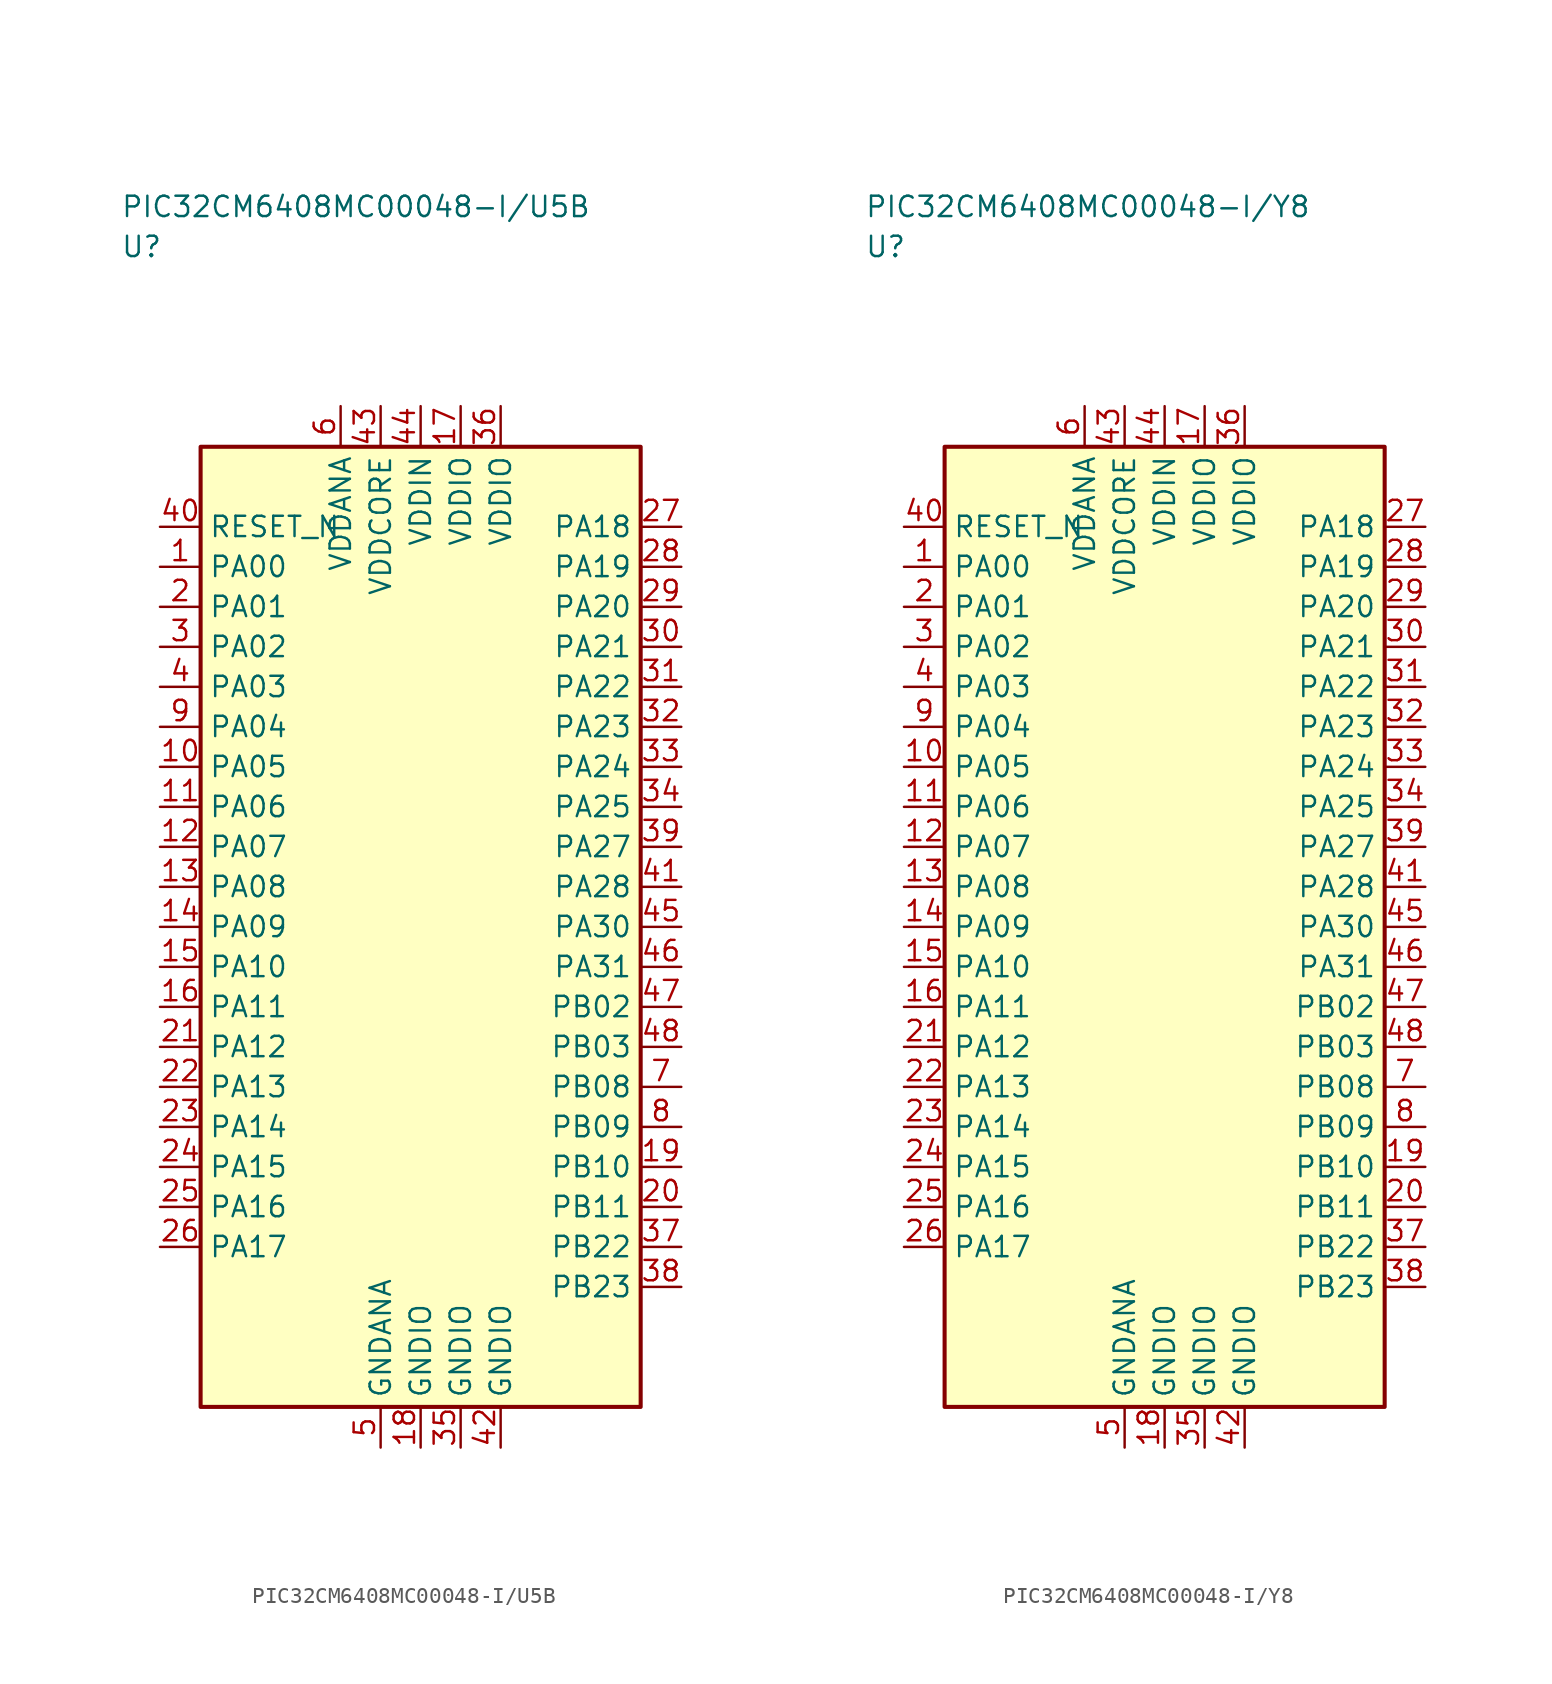
<source format=kicad_sym>
(kicad_symbol_lib
  (version 20241025)
  (generator "kicad_symbol_editor")
  (generator_version "8.0")
  (symbol "PIC32CM6408MC00048-I/U5B"
    (property "Reference" "U"
      (at -18.75 42.5 0)
      (effects (font (size 1.27 1.27)) (justify left)))
    (property "Value" "PIC32CM6408MC00048-I/U5B"
      (at -18.75 45.0 0)
      (effects (font (size 1.27 1.27)) (justify left)))
    (symbol "PIC32CM6408MC00048-I/U5B_0_1"
      (rectangle (start -13.75 30.0) (end 13.75 -30.0) (stroke (width 0.254) (type default)) (fill (type background))))
    (symbol "PIC32CM6408MC00048-I/U5B_1_1"
      (pin bidirectional line (at -16.29 22.5 0.0) (length 2.54) (name "PA00" (effects (font (size 1.27 1.27)))) (number "1" (effects (font (size 1.27 1.27)))))
      (pin bidirectional line (at -16.29 20.0 0.0) (length 2.54) (name "PA01" (effects (font (size 1.27 1.27)))) (number "2" (effects (font (size 1.27 1.27)))))
      (pin bidirectional line (at -16.29 17.5 0.0) (length 2.54) (name "PA02" (effects (font (size 1.27 1.27)))) (number "3" (effects (font (size 1.27 1.27)))))
      (pin bidirectional line (at -16.29 15.0 0.0) (length 2.54) (name "PA03" (effects (font (size 1.27 1.27)))) (number "4" (effects (font (size 1.27 1.27)))))
      (pin passive line (at -2.5 -32.54 90.0) (length 2.54) (name "GNDANA" (effects (font (size 1.27 1.27)))) (number "5" (effects (font (size 1.27 1.27)))))
      (pin power_in line (at -5.0 32.54 270.0) (length 2.54) (name "VDDANA" (effects (font (size 1.27 1.27)))) (number "6" (effects (font (size 1.27 1.27)))))
      (pin bidirectional line (at 16.29 -10.0 180.0) (length 2.54) (name "PB08" (effects (font (size 1.27 1.27)))) (number "7" (effects (font (size 1.27 1.27)))))
      (pin bidirectional line (at 16.29 -12.5 180.0) (length 2.54) (name "PB09" (effects (font (size 1.27 1.27)))) (number "8" (effects (font (size 1.27 1.27)))))
      (pin bidirectional line (at -16.29 12.5 0.0) (length 2.54) (name "PA04" (effects (font (size 1.27 1.27)))) (number "9" (effects (font (size 1.27 1.27)))))
      (pin bidirectional line (at -16.29 10.0 0.0) (length 2.54) (name "PA05" (effects (font (size 1.27 1.27)))) (number "10" (effects (font (size 1.27 1.27)))))
      (pin bidirectional line (at -16.29 7.5 0.0) (length 2.54) (name "PA06" (effects (font (size 1.27 1.27)))) (number "11" (effects (font (size 1.27 1.27)))))
      (pin bidirectional line (at -16.29 5.0 0.0) (length 2.54) (name "PA07" (effects (font (size 1.27 1.27)))) (number "12" (effects (font (size 1.27 1.27)))))
      (pin bidirectional line (at -16.29 2.5 0.0) (length 2.54) (name "PA08" (effects (font (size 1.27 1.27)))) (number "13" (effects (font (size 1.27 1.27)))))
      (pin bidirectional line (at -16.29 0.0 0.0) (length 2.54) (name "PA09" (effects (font (size 1.27 1.27)))) (number "14" (effects (font (size 1.27 1.27)))))
      (pin bidirectional line (at -16.29 -2.5 0.0) (length 2.54) (name "PA10" (effects (font (size 1.27 1.27)))) (number "15" (effects (font (size 1.27 1.27)))))
      (pin bidirectional line (at -16.29 -5.0 0.0) (length 2.54) (name "PA11" (effects (font (size 1.27 1.27)))) (number "16" (effects (font (size 1.27 1.27)))))
      (pin power_in line (at 2.5 32.54 270.0) (length 2.54) (name "VDDIO" (effects (font (size 1.27 1.27)))) (number "17" (effects (font (size 1.27 1.27)))))
      (pin passive line (at 0.0 -32.54 90.0) (length 2.54) (name "GNDIO" (effects (font (size 1.27 1.27)))) (number "18" (effects (font (size 1.27 1.27)))))
      (pin bidirectional line (at 16.29 -15.0 180.0) (length 2.54) (name "PB10" (effects (font (size 1.27 1.27)))) (number "19" (effects (font (size 1.27 1.27)))))
      (pin bidirectional line (at 16.29 -17.5 180.0) (length 2.54) (name "PB11" (effects (font (size 1.27 1.27)))) (number "20" (effects (font (size 1.27 1.27)))))
      (pin bidirectional line (at -16.29 -7.5 0.0) (length 2.54) (name "PA12" (effects (font (size 1.27 1.27)))) (number "21" (effects (font (size 1.27 1.27)))))
      (pin bidirectional line (at -16.29 -10.0 0.0) (length 2.54) (name "PA13" (effects (font (size 1.27 1.27)))) (number "22" (effects (font (size 1.27 1.27)))))
      (pin bidirectional line (at -16.29 -12.5 0.0) (length 2.54) (name "PA14" (effects (font (size 1.27 1.27)))) (number "23" (effects (font (size 1.27 1.27)))))
      (pin bidirectional line (at -16.29 -15.0 0.0) (length 2.54) (name "PA15" (effects (font (size 1.27 1.27)))) (number "24" (effects (font (size 1.27 1.27)))))
      (pin bidirectional line (at -16.29 -17.5 0.0) (length 2.54) (name "PA16" (effects (font (size 1.27 1.27)))) (number "25" (effects (font (size 1.27 1.27)))))
      (pin bidirectional line (at -16.29 -20.0 0.0) (length 2.54) (name "PA17" (effects (font (size 1.27 1.27)))) (number "26" (effects (font (size 1.27 1.27)))))
      (pin bidirectional line (at 16.29 25.0 180.0) (length 2.54) (name "PA18" (effects (font (size 1.27 1.27)))) (number "27" (effects (font (size 1.27 1.27)))))
      (pin bidirectional line (at 16.29 22.5 180.0) (length 2.54) (name "PA19" (effects (font (size 1.27 1.27)))) (number "28" (effects (font (size 1.27 1.27)))))
      (pin bidirectional line (at 16.29 20.0 180.0) (length 2.54) (name "PA20" (effects (font (size 1.27 1.27)))) (number "29" (effects (font (size 1.27 1.27)))))
      (pin bidirectional line (at 16.29 17.5 180.0) (length 2.54) (name "PA21" (effects (font (size 1.27 1.27)))) (number "30" (effects (font (size 1.27 1.27)))))
      (pin bidirectional line (at 16.29 15.0 180.0) (length 2.54) (name "PA22" (effects (font (size 1.27 1.27)))) (number "31" (effects (font (size 1.27 1.27)))))
      (pin bidirectional line (at 16.29 12.5 180.0) (length 2.54) (name "PA23" (effects (font (size 1.27 1.27)))) (number "32" (effects (font (size 1.27 1.27)))))
      (pin bidirectional line (at 16.29 10.0 180.0) (length 2.54) (name "PA24" (effects (font (size 1.27 1.27)))) (number "33" (effects (font (size 1.27 1.27)))))
      (pin bidirectional line (at 16.29 7.5 180.0) (length 2.54) (name "PA25" (effects (font (size 1.27 1.27)))) (number "34" (effects (font (size 1.27 1.27)))))
      (pin passive line (at 2.5 -32.54 90.0) (length 2.54) (name "GNDIO" (effects (font (size 1.27 1.27)))) (number "35" (effects (font (size 1.27 1.27)))))
      (pin power_in line (at 5.0 32.54 270.0) (length 2.54) (name "VDDIO" (effects (font (size 1.27 1.27)))) (number "36" (effects (font (size 1.27 1.27)))))
      (pin bidirectional line (at 16.29 -20.0 180.0) (length 2.54) (name "PB22" (effects (font (size 1.27 1.27)))) (number "37" (effects (font (size 1.27 1.27)))))
      (pin bidirectional line (at 16.29 -22.5 180.0) (length 2.54) (name "PB23" (effects (font (size 1.27 1.27)))) (number "38" (effects (font (size 1.27 1.27)))))
      (pin bidirectional line (at 16.29 5.0 180.0) (length 2.54) (name "PA27" (effects (font (size 1.27 1.27)))) (number "39" (effects (font (size 1.27 1.27)))))
      (pin input line (at -16.29 25.0 0.0) (length 2.54) (name "RESET_N" (effects (font (size 1.27 1.27)))) (number "40" (effects (font (size 1.27 1.27)))))
      (pin bidirectional line (at 16.29 2.5 180.0) (length 2.54) (name "PA28" (effects (font (size 1.27 1.27)))) (number "41" (effects (font (size 1.27 1.27)))))
      (pin passive line (at 5.0 -32.54 90.0) (length 2.54) (name "GNDIO" (effects (font (size 1.27 1.27)))) (number "42" (effects (font (size 1.27 1.27)))))
      (pin power_in line (at -2.5 32.54 270.0) (length 2.54) (name "VDDCORE" (effects (font (size 1.27 1.27)))) (number "43" (effects (font (size 1.27 1.27)))))
      (pin power_in line (at 0.0 32.54 270.0) (length 2.54) (name "VDDIN" (effects (font (size 1.27 1.27)))) (number "44" (effects (font (size 1.27 1.27)))))
      (pin bidirectional line (at 16.29 0.0 180.0) (length 2.54) (name "PA30" (effects (font (size 1.27 1.27)))) (number "45" (effects (font (size 1.27 1.27)))))
      (pin bidirectional line (at 16.29 -2.5 180.0) (length 2.54) (name "PA31" (effects (font (size 1.27 1.27)))) (number "46" (effects (font (size 1.27 1.27)))))
      (pin bidirectional line (at 16.29 -5.0 180.0) (length 2.54) (name "PB02" (effects (font (size 1.27 1.27)))) (number "47" (effects (font (size 1.27 1.27)))))
      (pin bidirectional line (at 16.29 -7.5 180.0) (length 2.54) (name "PB03" (effects (font (size 1.27 1.27)))) (number "48" (effects (font (size 1.27 1.27)))))))
  (symbol "PIC32CM6408MC00048-I/Y8"
    (property "Reference" "U"
      (at -18.75 42.5 0)
      (effects (font (size 1.27 1.27)) (justify left)))
    (property "Value" "PIC32CM6408MC00048-I/Y8"
      (at -18.75 45.0 0)
      (effects (font (size 1.27 1.27)) (justify left)))
    (symbol "PIC32CM6408MC00048-I/Y8_0_1"
      (rectangle (start -13.75 30.0) (end 13.75 -30.0) (stroke (width 0.254) (type default)) (fill (type background))))
    (symbol "PIC32CM6408MC00048-I/Y8_1_1"
      (pin bidirectional line (at -16.29 22.5 0.0) (length 2.54) (name "PA00" (effects (font (size 1.27 1.27)))) (number "1" (effects (font (size 1.27 1.27)))))
      (pin bidirectional line (at -16.29 20.0 0.0) (length 2.54) (name "PA01" (effects (font (size 1.27 1.27)))) (number "2" (effects (font (size 1.27 1.27)))))
      (pin bidirectional line (at -16.29 17.5 0.0) (length 2.54) (name "PA02" (effects (font (size 1.27 1.27)))) (number "3" (effects (font (size 1.27 1.27)))))
      (pin bidirectional line (at -16.29 15.0 0.0) (length 2.54) (name "PA03" (effects (font (size 1.27 1.27)))) (number "4" (effects (font (size 1.27 1.27)))))
      (pin passive line (at -2.5 -32.54 90.0) (length 2.54) (name "GNDANA" (effects (font (size 1.27 1.27)))) (number "5" (effects (font (size 1.27 1.27)))))
      (pin power_in line (at -5.0 32.54 270.0) (length 2.54) (name "VDDANA" (effects (font (size 1.27 1.27)))) (number "6" (effects (font (size 1.27 1.27)))))
      (pin bidirectional line (at 16.29 -10.0 180.0) (length 2.54) (name "PB08" (effects (font (size 1.27 1.27)))) (number "7" (effects (font (size 1.27 1.27)))))
      (pin bidirectional line (at 16.29 -12.5 180.0) (length 2.54) (name "PB09" (effects (font (size 1.27 1.27)))) (number "8" (effects (font (size 1.27 1.27)))))
      (pin bidirectional line (at -16.29 12.5 0.0) (length 2.54) (name "PA04" (effects (font (size 1.27 1.27)))) (number "9" (effects (font (size 1.27 1.27)))))
      (pin bidirectional line (at -16.29 10.0 0.0) (length 2.54) (name "PA05" (effects (font (size 1.27 1.27)))) (number "10" (effects (font (size 1.27 1.27)))))
      (pin bidirectional line (at -16.29 7.5 0.0) (length 2.54) (name "PA06" (effects (font (size 1.27 1.27)))) (number "11" (effects (font (size 1.27 1.27)))))
      (pin bidirectional line (at -16.29 5.0 0.0) (length 2.54) (name "PA07" (effects (font (size 1.27 1.27)))) (number "12" (effects (font (size 1.27 1.27)))))
      (pin bidirectional line (at -16.29 2.5 0.0) (length 2.54) (name "PA08" (effects (font (size 1.27 1.27)))) (number "13" (effects (font (size 1.27 1.27)))))
      (pin bidirectional line (at -16.29 0.0 0.0) (length 2.54) (name "PA09" (effects (font (size 1.27 1.27)))) (number "14" (effects (font (size 1.27 1.27)))))
      (pin bidirectional line (at -16.29 -2.5 0.0) (length 2.54) (name "PA10" (effects (font (size 1.27 1.27)))) (number "15" (effects (font (size 1.27 1.27)))))
      (pin bidirectional line (at -16.29 -5.0 0.0) (length 2.54) (name "PA11" (effects (font (size 1.27 1.27)))) (number "16" (effects (font (size 1.27 1.27)))))
      (pin power_in line (at 2.5 32.54 270.0) (length 2.54) (name "VDDIO" (effects (font (size 1.27 1.27)))) (number "17" (effects (font (size 1.27 1.27)))))
      (pin passive line (at 0.0 -32.54 90.0) (length 2.54) (name "GNDIO" (effects (font (size 1.27 1.27)))) (number "18" (effects (font (size 1.27 1.27)))))
      (pin bidirectional line (at 16.29 -15.0 180.0) (length 2.54) (name "PB10" (effects (font (size 1.27 1.27)))) (number "19" (effects (font (size 1.27 1.27)))))
      (pin bidirectional line (at 16.29 -17.5 180.0) (length 2.54) (name "PB11" (effects (font (size 1.27 1.27)))) (number "20" (effects (font (size 1.27 1.27)))))
      (pin bidirectional line (at -16.29 -7.5 0.0) (length 2.54) (name "PA12" (effects (font (size 1.27 1.27)))) (number "21" (effects (font (size 1.27 1.27)))))
      (pin bidirectional line (at -16.29 -10.0 0.0) (length 2.54) (name "PA13" (effects (font (size 1.27 1.27)))) (number "22" (effects (font (size 1.27 1.27)))))
      (pin bidirectional line (at -16.29 -12.5 0.0) (length 2.54) (name "PA14" (effects (font (size 1.27 1.27)))) (number "23" (effects (font (size 1.27 1.27)))))
      (pin bidirectional line (at -16.29 -15.0 0.0) (length 2.54) (name "PA15" (effects (font (size 1.27 1.27)))) (number "24" (effects (font (size 1.27 1.27)))))
      (pin bidirectional line (at -16.29 -17.5 0.0) (length 2.54) (name "PA16" (effects (font (size 1.27 1.27)))) (number "25" (effects (font (size 1.27 1.27)))))
      (pin bidirectional line (at -16.29 -20.0 0.0) (length 2.54) (name "PA17" (effects (font (size 1.27 1.27)))) (number "26" (effects (font (size 1.27 1.27)))))
      (pin bidirectional line (at 16.29 25.0 180.0) (length 2.54) (name "PA18" (effects (font (size 1.27 1.27)))) (number "27" (effects (font (size 1.27 1.27)))))
      (pin bidirectional line (at 16.29 22.5 180.0) (length 2.54) (name "PA19" (effects (font (size 1.27 1.27)))) (number "28" (effects (font (size 1.27 1.27)))))
      (pin bidirectional line (at 16.29 20.0 180.0) (length 2.54) (name "PA20" (effects (font (size 1.27 1.27)))) (number "29" (effects (font (size 1.27 1.27)))))
      (pin bidirectional line (at 16.29 17.5 180.0) (length 2.54) (name "PA21" (effects (font (size 1.27 1.27)))) (number "30" (effects (font (size 1.27 1.27)))))
      (pin bidirectional line (at 16.29 15.0 180.0) (length 2.54) (name "PA22" (effects (font (size 1.27 1.27)))) (number "31" (effects (font (size 1.27 1.27)))))
      (pin bidirectional line (at 16.29 12.5 180.0) (length 2.54) (name "PA23" (effects (font (size 1.27 1.27)))) (number "32" (effects (font (size 1.27 1.27)))))
      (pin bidirectional line (at 16.29 10.0 180.0) (length 2.54) (name "PA24" (effects (font (size 1.27 1.27)))) (number "33" (effects (font (size 1.27 1.27)))))
      (pin bidirectional line (at 16.29 7.5 180.0) (length 2.54) (name "PA25" (effects (font (size 1.27 1.27)))) (number "34" (effects (font (size 1.27 1.27)))))
      (pin passive line (at 2.5 -32.54 90.0) (length 2.54) (name "GNDIO" (effects (font (size 1.27 1.27)))) (number "35" (effects (font (size 1.27 1.27)))))
      (pin power_in line (at 5.0 32.54 270.0) (length 2.54) (name "VDDIO" (effects (font (size 1.27 1.27)))) (number "36" (effects (font (size 1.27 1.27)))))
      (pin bidirectional line (at 16.29 -20.0 180.0) (length 2.54) (name "PB22" (effects (font (size 1.27 1.27)))) (number "37" (effects (font (size 1.27 1.27)))))
      (pin bidirectional line (at 16.29 -22.5 180.0) (length 2.54) (name "PB23" (effects (font (size 1.27 1.27)))) (number "38" (effects (font (size 1.27 1.27)))))
      (pin bidirectional line (at 16.29 5.0 180.0) (length 2.54) (name "PA27" (effects (font (size 1.27 1.27)))) (number "39" (effects (font (size 1.27 1.27)))))
      (pin input line (at -16.29 25.0 0.0) (length 2.54) (name "RESET_N" (effects (font (size 1.27 1.27)))) (number "40" (effects (font (size 1.27 1.27)))))
      (pin bidirectional line (at 16.29 2.5 180.0) (length 2.54) (name "PA28" (effects (font (size 1.27 1.27)))) (number "41" (effects (font (size 1.27 1.27)))))
      (pin passive line (at 5.0 -32.54 90.0) (length 2.54) (name "GNDIO" (effects (font (size 1.27 1.27)))) (number "42" (effects (font (size 1.27 1.27)))))
      (pin power_in line (at -2.5 32.54 270.0) (length 2.54) (name "VDDCORE" (effects (font (size 1.27 1.27)))) (number "43" (effects (font (size 1.27 1.27)))))
      (pin power_in line (at 0.0 32.54 270.0) (length 2.54) (name "VDDIN" (effects (font (size 1.27 1.27)))) (number "44" (effects (font (size 1.27 1.27)))))
      (pin bidirectional line (at 16.29 0.0 180.0) (length 2.54) (name "PA30" (effects (font (size 1.27 1.27)))) (number "45" (effects (font (size 1.27 1.27)))))
      (pin bidirectional line (at 16.29 -2.5 180.0) (length 2.54) (name "PA31" (effects (font (size 1.27 1.27)))) (number "46" (effects (font (size 1.27 1.27)))))
      (pin bidirectional line (at 16.29 -5.0 180.0) (length 2.54) (name "PB02" (effects (font (size 1.27 1.27)))) (number "47" (effects (font (size 1.27 1.27)))))
      (pin bidirectional line (at 16.29 -7.5 180.0) (length 2.54) (name "PB03" (effects (font (size 1.27 1.27)))) (number "48" (effects (font (size 1.27 1.27))))))))
</source>
